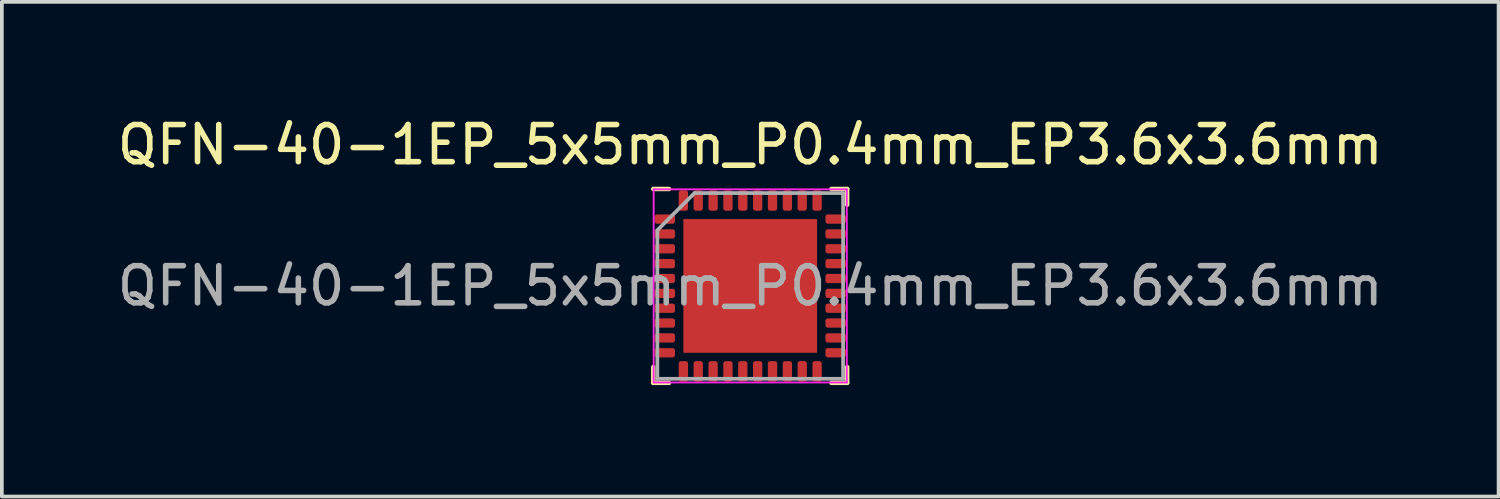
<source format=kicad_pcb>
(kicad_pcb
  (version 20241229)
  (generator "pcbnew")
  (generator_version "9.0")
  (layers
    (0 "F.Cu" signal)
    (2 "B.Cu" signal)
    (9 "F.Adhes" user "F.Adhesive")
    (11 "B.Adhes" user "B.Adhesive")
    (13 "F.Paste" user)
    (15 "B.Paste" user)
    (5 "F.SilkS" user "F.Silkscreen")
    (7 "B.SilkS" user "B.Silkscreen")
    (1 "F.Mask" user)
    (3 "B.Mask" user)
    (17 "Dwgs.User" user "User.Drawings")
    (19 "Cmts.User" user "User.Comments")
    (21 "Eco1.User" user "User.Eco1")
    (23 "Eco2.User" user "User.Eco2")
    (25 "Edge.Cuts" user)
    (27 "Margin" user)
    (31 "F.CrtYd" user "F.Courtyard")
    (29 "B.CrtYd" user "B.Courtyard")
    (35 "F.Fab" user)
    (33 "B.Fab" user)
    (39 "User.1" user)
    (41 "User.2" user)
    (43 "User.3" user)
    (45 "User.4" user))
  (footprint "QFN-40-1EP_5x5mm_P0.4mm_EP3.6x3.6mm"
    (layer "F.Cu")
    (at 17.149 4.648)
    (property "Reference" "QFN-40-1EP_5x5mm_P0.4mm_EP3.6x3.6mm" (at 0 -3.8 0) (layer "F.SilkS") (effects (font (size 1 1) (thickness 0.15))))
    (attr smd)
    (fp_line (start -2.61 2.61) (end -2.61 2.185) (stroke (width 0.12) (type solid)) (layer "F.SilkS"))
    (fp_line (start -2.185 -2.61) (end -2.61 -2.61) (stroke (width 0.12) (type solid)) (layer "F.SilkS"))
    (fp_line (start -2.185 2.61) (end -2.61 2.61) (stroke (width 0.12) (type solid)) (layer "F.SilkS"))
    (fp_line (start 2.185 -2.61) (end 2.61 -2.61) (stroke (width 0.12) (type solid)) (layer "F.SilkS"))
    (fp_line (start 2.185 2.61) (end 2.61 2.61) (stroke (width 0.12) (type solid)) (layer "F.SilkS"))
    (fp_line (start 2.61 -2.61) (end 2.61 -2.185) (stroke (width 0.12) (type solid)) (layer "F.SilkS"))
    (fp_line (start 2.61 2.61) (end 2.61 2.185) (stroke (width 0.12) (type solid)) (layer "F.SilkS"))
    (fp_line (start -2.6 -2.6) (end -2.6 2.6) (stroke (width 0.05) (type solid)) (layer "F.CrtYd"))
    (fp_line (start -2.6 2.6) (end 2.6 2.6) (stroke (width 0.05) (type solid)) (layer "F.CrtYd"))
    (fp_line (start 2.6 -2.6) (end -2.6 -2.6) (stroke (width 0.05) (type solid)) (layer "F.CrtYd"))
    (fp_line (start 2.6 2.6) (end 2.6 -2.6) (stroke (width 0.05) (type solid)) (layer "F.CrtYd"))
    (fp_line (start -2.5 -1.5) (end -1.5 -2.5) (stroke (width 0.1) (type solid)) (layer "F.Fab"))
    (fp_line (start -2.5 2.5) (end -2.5 -1.5) (stroke (width 0.1) (type solid)) (layer "F.Fab"))
    (fp_line (start -1.5 -2.5) (end 2.5 -2.5) (stroke (width 0.1) (type solid)) (layer "F.Fab"))
    (fp_line (start 2.5 -2.5) (end 2.5 2.5) (stroke (width 0.1) (type solid)) (layer "F.Fab"))
    (fp_line (start 2.5 2.5) (end -2.5 2.5) (stroke (width 0.1) (type solid)) (layer "F.Fab"))
    (fp_text user "${REFERENCE}" (at 0 0 0) (layer "F.Fab") (effects (font (size 1 1) (thickness 0.15))))
    (pad "" smd roundrect (at -1.2 -1.2) (size 0.97 0.97) (layers "F.Paste") (roundrect_rratio 0.25))
    (pad "" smd roundrect (at -1.2 0) (size 0.97 0.97) (layers "F.Paste") (roundrect_rratio 0.25))
    (pad "" smd roundrect (at -1.2 1.2) (size 0.97 0.97) (layers "F.Paste") (roundrect_rratio 0.25))
    (pad "" smd roundrect (at 0 -1.2) (size 0.97 0.97) (layers "F.Paste") (roundrect_rratio 0.25))
    (pad "" smd roundrect (at 0 0) (size 0.97 0.97) (layers "F.Paste") (roundrect_rratio 0.25))
    (pad "" smd roundrect (at 0 1.2) (size 0.97 0.97) (layers "F.Paste") (roundrect_rratio 0.25))
    (pad "" smd roundrect (at 1.2 -1.2) (size 0.97 0.97) (layers "F.Paste") (roundrect_rratio 0.25))
    (pad "" smd roundrect (at 1.2 0) (size 0.97 0.97) (layers "F.Paste") (roundrect_rratio 0.25))
    (pad "" smd roundrect (at 1.2 1.2) (size 0.97 0.97) (layers "F.Paste") (roundrect_rratio 0.25))
    (pad "1" smd roundrect (at -2.3 -1.8) (size 0.55 0.25) (layers "F.Cu" "F.Mask" "F.Paste") (roundrect_rratio 0.25))
    (pad "2" smd roundrect (at -2.3 -1.4) (size 0.55 0.25) (layers "F.Cu" "F.Mask" "F.Paste") (roundrect_rratio 0.25))
    (pad "3" smd roundrect (at -2.3 -1) (size 0.55 0.25) (layers "F.Cu" "F.Mask" "F.Paste") (roundrect_rratio 0.25))
    (pad "4" smd roundrect (at -2.3 -0.6) (size 0.55 0.25) (layers "F.Cu" "F.Mask" "F.Paste") (roundrect_rratio 0.25))
    (pad "5" smd roundrect (at -2.3 -0.2) (size 0.55 0.25) (layers "F.Cu" "F.Mask" "F.Paste") (roundrect_rratio 0.25))
    (pad "6" smd roundrect (at -2.3 0.2) (size 0.55 0.25) (layers "F.Cu" "F.Mask" "F.Paste") (roundrect_rratio 0.25))
    (pad "7" smd roundrect (at -2.3 0.6) (size 0.55 0.25) (layers "F.Cu" "F.Mask" "F.Paste") (roundrect_rratio 0.25))
    (pad "8" smd roundrect (at -2.3 1) (size 0.55 0.25) (layers "F.Cu" "F.Mask" "F.Paste") (roundrect_rratio 0.25))
    (pad "9" smd roundrect (at -2.3 1.4) (size 0.55 0.25) (layers "F.Cu" "F.Mask" "F.Paste") (roundrect_rratio 0.25))
    (pad "10" smd roundrect (at -2.3 1.8) (size 0.55 0.25) (layers "F.Cu" "F.Mask" "F.Paste") (roundrect_rratio 0.25))
    (pad "11" smd roundrect (at -1.8 2.3) (size 0.25 0.55) (layers "F.Cu" "F.Mask" "F.Paste") (roundrect_rratio 0.25))
    (pad "12" smd roundrect (at -1.4 2.3) (size 0.25 0.55) (layers "F.Cu" "F.Mask" "F.Paste") (roundrect_rratio 0.25))
    (pad "13" smd roundrect (at -1 2.3) (size 0.25 0.55) (layers "F.Cu" "F.Mask" "F.Paste") (roundrect_rratio 0.25))
    (pad "14" smd roundrect (at -0.6 2.3) (size 0.25 0.55) (layers "F.Cu" "F.Mask" "F.Paste") (roundrect_rratio 0.25))
    (pad "15" smd roundrect (at -0.2 2.3) (size 0.25 0.55) (layers "F.Cu" "F.Mask" "F.Paste") (roundrect_rratio 0.25))
    (pad "16" smd roundrect (at 0.2 2.3) (size 0.25 0.55) (layers "F.Cu" "F.Mask" "F.Paste") (roundrect_rratio 0.25))
    (pad "17" smd roundrect (at 0.6 2.3) (size 0.25 0.55) (layers "F.Cu" "F.Mask" "F.Paste") (roundrect_rratio 0.25))
    (pad "18" smd roundrect (at 1 2.3) (size 0.25 0.55) (layers "F.Cu" "F.Mask" "F.Paste") (roundrect_rratio 0.25))
    (pad "19" smd roundrect (at 1.4 2.3) (size 0.25 0.55) (layers "F.Cu" "F.Mask" "F.Paste") (roundrect_rratio 0.25))
    (pad "20" smd roundrect (at 1.8 2.3) (size 0.25 0.55) (layers "F.Cu" "F.Mask" "F.Paste") (roundrect_rratio 0.25))
    (pad "21" smd roundrect (at 2.3 1.8) (size 0.55 0.25) (layers "F.Cu" "F.Mask" "F.Paste") (roundrect_rratio 0.25))
    (pad "22" smd roundrect (at 2.3 1.4) (size 0.55 0.25) (layers "F.Cu" "F.Mask" "F.Paste") (roundrect_rratio 0.25))
    (pad "23" smd roundrect (at 2.3 1) (size 0.55 0.25) (layers "F.Cu" "F.Mask" "F.Paste") (roundrect_rratio 0.25))
    (pad "24" smd roundrect (at 2.3 0.6) (size 0.55 0.25) (layers "F.Cu" "F.Mask" "F.Paste") (roundrect_rratio 0.25))
    (pad "25" smd roundrect (at 2.3 0.2) (size 0.55 0.25) (layers "F.Cu" "F.Mask" "F.Paste") (roundrect_rratio 0.25))
    (pad "26" smd roundrect (at 2.3 -0.2) (size 0.55 0.25) (layers "F.Cu" "F.Mask" "F.Paste") (roundrect_rratio 0.25))
    (pad "27" smd roundrect (at 2.3 -0.6) (size 0.55 0.25) (layers "F.Cu" "F.Mask" "F.Paste") (roundrect_rratio 0.25))
    (pad "28" smd roundrect (at 2.3 -1) (size 0.55 0.25) (layers "F.Cu" "F.Mask" "F.Paste") (roundrect_rratio 0.25))
    (pad "29" smd roundrect (at 2.3 -1.4) (size 0.55 0.25) (layers "F.Cu" "F.Mask" "F.Paste") (roundrect_rratio 0.25))
    (pad "30" smd roundrect (at 2.3 -1.8) (size 0.55 0.25) (layers "F.Cu" "F.Mask" "F.Paste") (roundrect_rratio 0.25))
    (pad "31" smd roundrect (at 1.8 -2.3) (size 0.25 0.55) (layers "F.Cu" "F.Mask" "F.Paste") (roundrect_rratio 0.25))
    (pad "32" smd roundrect (at 1.4 -2.3) (size 0.25 0.55) (layers "F.Cu" "F.Mask" "F.Paste") (roundrect_rratio 0.25))
    (pad "33" smd roundrect (at 1 -2.3) (size 0.25 0.55) (layers "F.Cu" "F.Mask" "F.Paste") (roundrect_rratio 0.25))
    (pad "34" smd roundrect (at 0.6 -2.3) (size 0.25 0.55) (layers "F.Cu" "F.Mask" "F.Paste") (roundrect_rratio 0.25))
    (pad "35" smd roundrect (at 0.2 -2.3) (size 0.25 0.55) (layers "F.Cu" "F.Mask" "F.Paste") (roundrect_rratio 0.25))
    (pad "36" smd roundrect (at -0.2 -2.3) (size 0.25 0.55) (layers "F.Cu" "F.Mask" "F.Paste") (roundrect_rratio 0.25))
    (pad "37" smd roundrect (at -0.6 -2.3) (size 0.25 0.55) (layers "F.Cu" "F.Mask" "F.Paste") (roundrect_rratio 0.25))
    (pad "38" smd roundrect (at -1 -2.3) (size 0.25 0.55) (layers "F.Cu" "F.Mask" "F.Paste") (roundrect_rratio 0.25))
    (pad "39" smd roundrect (at -1.4 -2.3) (size 0.25 0.55) (layers "F.Cu" "F.Mask" "F.Paste") (roundrect_rratio 0.25))
    (pad "40" smd roundrect (at -1.8 -2.3) (size 0.25 0.55) (layers "F.Cu" "F.Mask" "F.Paste") (roundrect_rratio 0.25))
    (pad "41" smd rect (at 0 0) (size 3.6 3.6) (layers "F.Cu" "F.Mask")))
  (gr_rect
    (start -3 -3)
    (end 37.298 10.318)
    (stroke (width 0.1) (type default))
    (fill no)
    (layer "Edge.Cuts")))
</source>
